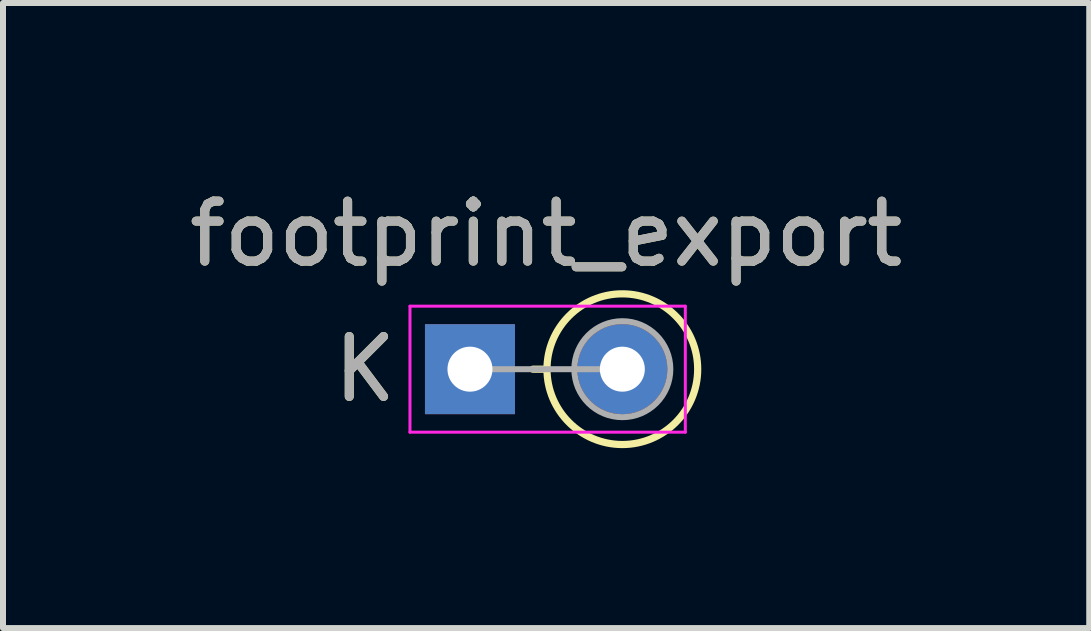
<source format=kicad_pcb>
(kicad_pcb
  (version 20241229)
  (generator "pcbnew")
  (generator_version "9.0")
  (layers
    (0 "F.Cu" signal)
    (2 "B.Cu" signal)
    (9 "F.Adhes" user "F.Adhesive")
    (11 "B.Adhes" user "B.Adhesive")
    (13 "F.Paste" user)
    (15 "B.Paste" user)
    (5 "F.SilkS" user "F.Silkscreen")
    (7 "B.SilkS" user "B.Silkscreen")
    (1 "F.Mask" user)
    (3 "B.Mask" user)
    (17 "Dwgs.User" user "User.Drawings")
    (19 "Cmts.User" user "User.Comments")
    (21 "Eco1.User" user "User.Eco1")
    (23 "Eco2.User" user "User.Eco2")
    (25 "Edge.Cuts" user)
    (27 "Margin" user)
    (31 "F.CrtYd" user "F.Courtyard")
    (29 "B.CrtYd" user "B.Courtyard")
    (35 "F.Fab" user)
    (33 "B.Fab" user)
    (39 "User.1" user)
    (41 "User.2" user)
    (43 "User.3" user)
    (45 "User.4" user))
  (footprint "footprint_export"
    (layer "F.Cu")
    (at 4.784 3.104)
    (property "Reference" "footprint_export" (at 1.27 -2.256 0) (layer "F.SilkS") (effects (font (size 1 1) (thickness 0.15))))
    (attr through_hole)
    (fp_line (start 1.284 0) (end 1.05 0) (stroke (width 0.12) (type solid)) (layer "F.SilkS"))
    (fp_circle (center 2.54 0) (end 3.796 0) (stroke (width 0.12) (type solid)) (fill no) (layer "F.SilkS"))
    (fp_line (start -1 -1.05) (end -1 1.05) (stroke (width 0.05) (type solid)) (layer "F.CrtYd"))
    (fp_line (start -1 1.05) (end 3.59 1.05) (stroke (width 0.05) (type solid)) (layer "F.CrtYd"))
    (fp_line (start 3.59 -1.05) (end -1 -1.05) (stroke (width 0.05) (type solid)) (layer "F.CrtYd"))
    (fp_line (start 3.59 1.05) (end 3.59 -1.05) (stroke (width 0.05) (type solid)) (layer "F.CrtYd"))
    (fp_line (start 0 0) (end 2.54 0) (stroke (width 0.1) (type solid)) (layer "F.Fab"))
    (fp_circle (center 2.54 0) (end 3.34 0) (stroke (width 0.1) (type solid)) (fill no) (layer "F.Fab"))
    (fp_text user "K" (at -1.75 0 0) (layer "F.SilkS") (effects (font (size 1 1) (thickness 0.15))))
    (fp_text user "${REFERENCE}" (at 1.27 -2.256 0) (layer "F.Fab") (effects (font (size 1 1) (thickness 0.15))))
    (fp_text user "K" (at -1.75 0 0) (layer "F.Fab") (effects (font (size 1 1) (thickness 0.15))))
    (pad "1" thru_hole rect (at 0 0) (size 1.5 1.5) (drill 0.75) (layers "*.Cu" "*.Mask"))
    (pad "2" thru_hole oval (at 2.54 0) (size 1.5 1.5) (drill 0.75) (layers "*.Cu" "*.Mask")))
  (gr_rect
    (start -3 -3)
    (end 15.107 7.42)
    (stroke (width 0.1) (type default))
    (fill no)
    (layer "Edge.Cuts")))
</source>
